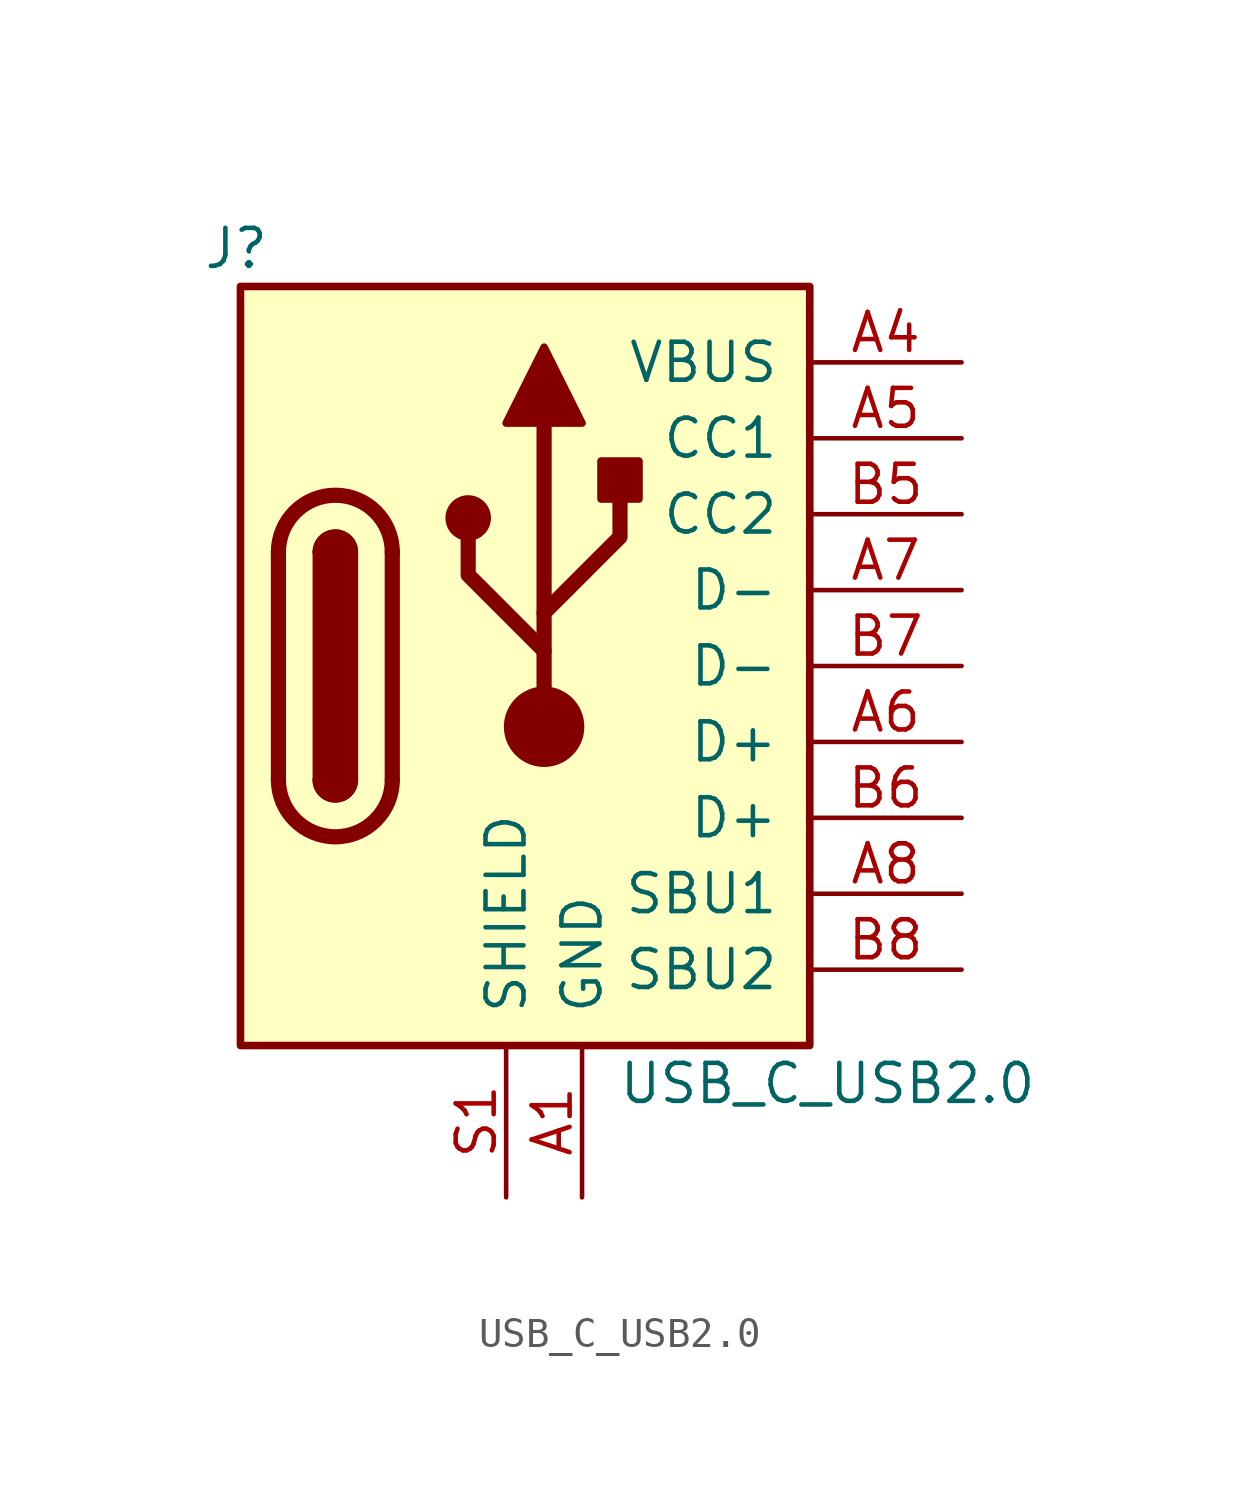
<source format=kicad_sym>
(kicad_symbol_lib
  (version 20211014)
  (generator kicad_symbol_editor)
  (symbol "USB_C_USB2.0"
    (pin_names
      (offset 1.016))
    (property "Reference" "J"
      (at -11.43 13.97 0)
      (effects (font (size 1.27 1.27)) (justify left)))
    (property "Value" "USB_C_USB2.0"
      (at 16.51 -13.97 0)
      (effects (font (size 1.27 1.27)) (justify right)))
    (symbol "USB_C_USB2.0_0_1"
      (rectangle (start -10.16 12.7) (end 8.89 -12.7) (stroke (width 0.254) (type default) (color 0 0 0 0)) (fill (type background)))
      (arc (start -8.89 -3.81) (mid -6.985 -5.715) (end -5.08 -3.81) (stroke (width 0.508) (type default) (color 0 0 0 0)) (fill (type none)))
      (arc (start -7.62 -3.81) (mid -6.985 -4.445) (end -6.35 -3.81) (stroke (width 0.254) (type default) (color 0 0 0 0)) (fill (type none)))
      (arc (start -7.62 -3.81) (mid -6.985 -4.445) (end -6.35 -3.81) (stroke (width 0.254) (type default) (color 0 0 0 0)) (fill (type outline)))
      (rectangle (start -7.62 -3.81) (end -6.35 3.81) (stroke (width 0.254) (type default) (color 0 0 0 0)) (fill (type outline)))
      (arc (start -6.35 3.81) (mid -6.985 4.445) (end -7.62 3.81) (stroke (width 0.254) (type default) (color 0 0 0 0)) (fill (type none)))
      (arc (start -6.35 3.81) (mid -6.985 4.445) (end -7.62 3.81) (stroke (width 0.254) (type default) (color 0 0 0 0)) (fill (type outline)))
      (arc (start -5.08 3.81) (mid -6.985 5.715) (end -8.89 3.81) (stroke (width 0.508) (type default) (color 0 0 0 0)) (fill (type none)))
      (circle (center -2.54 4.953) (radius 0.635) (stroke (width 0.254) (type default) (color 0 0 0 0)) (fill (type outline)))
      (circle (center 0 -2.032) (radius 1.27) (stroke (width 0) (type default) (color 0 0 0 0)) (fill (type outline)))
      (polyline (pts (xy -8.89 -3.81) (xy -8.89 3.81)) (stroke (width 0.508) (type default) (color 0 0 0 0)) (fill (type none)))
      (polyline (pts (xy -5.08 3.81) (xy -5.08 -3.81)) (stroke (width 0.508) (type default) (color 0 0 0 0)) (fill (type none)))
      (polyline (pts (xy 0 -2.032) (xy 0 8.128)) (stroke (width 0.508) (type default) (color 0 0 0 0)) (fill (type none)))
      (polyline (pts (xy 0 0.508) (xy -2.54 3.048) (xy -2.54 4.318)) (stroke (width 0.508) (type default) (color 0 0 0 0)) (fill (type none)))
      (polyline (pts (xy 0 1.778) (xy 2.54 4.318) (xy 2.54 5.588)) (stroke (width 0.508) (type default) (color 0 0 0 0)) (fill (type none)))
      (polyline (pts (xy -1.27 8.128) (xy 0 10.668) (xy 1.27 8.128) (xy -1.27 8.128)) (stroke (width 0.254) (type default) (color 0 0 0 0)) (fill (type outline)))
      (rectangle (start 1.905 5.588) (end 3.175 6.858) (stroke (width 0.254) (type default) (color 0 0 0 0)) (fill (type outline))))
    (symbol "USB_C_USB2.0_1_1"
      (pin passive line (at 1.27 -17.78 90) (length 5.08) (name "GND" (effects (font (size 1.27 1.27)))) (number "A1" (effects (font (size 1.27 1.27)))))
      (pin power_out line (at 1.27 -17.78 90) (length 5.08) hide (name "GND" (effects (font (size 1.27 1.27)))) (number "A12" (effects (font (size 1.27 1.27)))))
      (pin passive line (at 13.97 10.16 180) (length 5.08) (name "VBUS" (effects (font (size 1.27 1.27)))) (number "A4" (effects (font (size 1.27 1.27)))))
      (pin bidirectional line (at 13.97 7.62 180) (length 5.08) (name "CC1" (effects (font (size 1.27 1.27)))) (number "A5" (effects (font (size 1.27 1.27)))))
      (pin bidirectional line (at 13.97 -2.54 180) (length 5.08) (name "D+" (effects (font (size 1.27 1.27)))) (number "A6" (effects (font (size 1.27 1.27)))))
      (pin bidirectional line (at 13.97 2.54 180) (length 5.08) (name "D-" (effects (font (size 1.27 1.27)))) (number "A7" (effects (font (size 1.27 1.27)))))
      (pin bidirectional line (at 13.97 -7.62 180) (length 5.08) (name "SBU1" (effects (font (size 1.27 1.27)))) (number "A8" (effects (font (size 1.27 1.27)))))
      (pin power_out line (at 13.97 10.16 180) (length 5.08) hide (name "VBUS" (effects (font (size 1.27 1.27)))) (number "A9" (effects (font (size 1.27 1.27)))))
      (pin passive line (at 1.27 -17.78 90) (length 5.08) hide (name "GND" (effects (font (size 1.27 1.27)))) (number "B1" (effects (font (size 1.27 1.27)))))
      (pin passive line (at 1.27 -17.78 90) (length 5.08) hide (name "GND" (effects (font (size 1.27 1.27)))) (number "B12" (effects (font (size 1.27 1.27)))))
      (pin passive line (at 13.97 10.16 180) (length 5.08) hide (name "VBUS" (effects (font (size 1.27 1.27)))) (number "B4" (effects (font (size 1.27 1.27)))))
      (pin bidirectional line (at 13.97 5.08 180) (length 5.08) (name "CC2" (effects (font (size 1.27 1.27)))) (number "B5" (effects (font (size 1.27 1.27)))))
      (pin bidirectional line (at 13.97 -5.08 180) (length 5.08) (name "D+" (effects (font (size 1.27 1.27)))) (number "B6" (effects (font (size 1.27 1.27)))))
      (pin bidirectional line (at 13.97 0 180) (length 5.08) (name "D-" (effects (font (size 1.27 1.27)))) (number "B7" (effects (font (size 1.27 1.27)))))
      (pin bidirectional line (at 13.97 -10.16 180) (length 5.08) (name "SBU2" (effects (font (size 1.27 1.27)))) (number "B8" (effects (font (size 1.27 1.27)))))
      (pin passive line (at 13.97 10.16 180) (length 5.08) hide (name "VBUS" (effects (font (size 1.27 1.27)))) (number "B9" (effects (font (size 1.27 1.27)))))
      (pin passive line (at -1.27 -17.78 90) (length 5.08) (name "SHIELD" (effects (font (size 1.27 1.27)))) (number "S1" (effects (font (size 1.27 1.27)))))
      (pin passive line (at -1.27 -17.78 90) (length 5.08) hide (name "SHIELD" (effects (font (size 1.27 1.27)))) (number "S2" (effects (font (size 1.27 1.27)))))
      (pin passive line (at -1.27 -17.78 90) (length 5.08) hide (name "SHIELD" (effects (font (size 1.27 1.27)))) (number "S3" (effects (font (size 1.27 1.27)))))
      (pin passive line (at -1.27 -17.78 90) (length 5.08) hide (name "SHIELD" (effects (font (size 1.27 1.27)))) (number "S4" (effects (font (size 1.27 1.27))))))))
</source>
